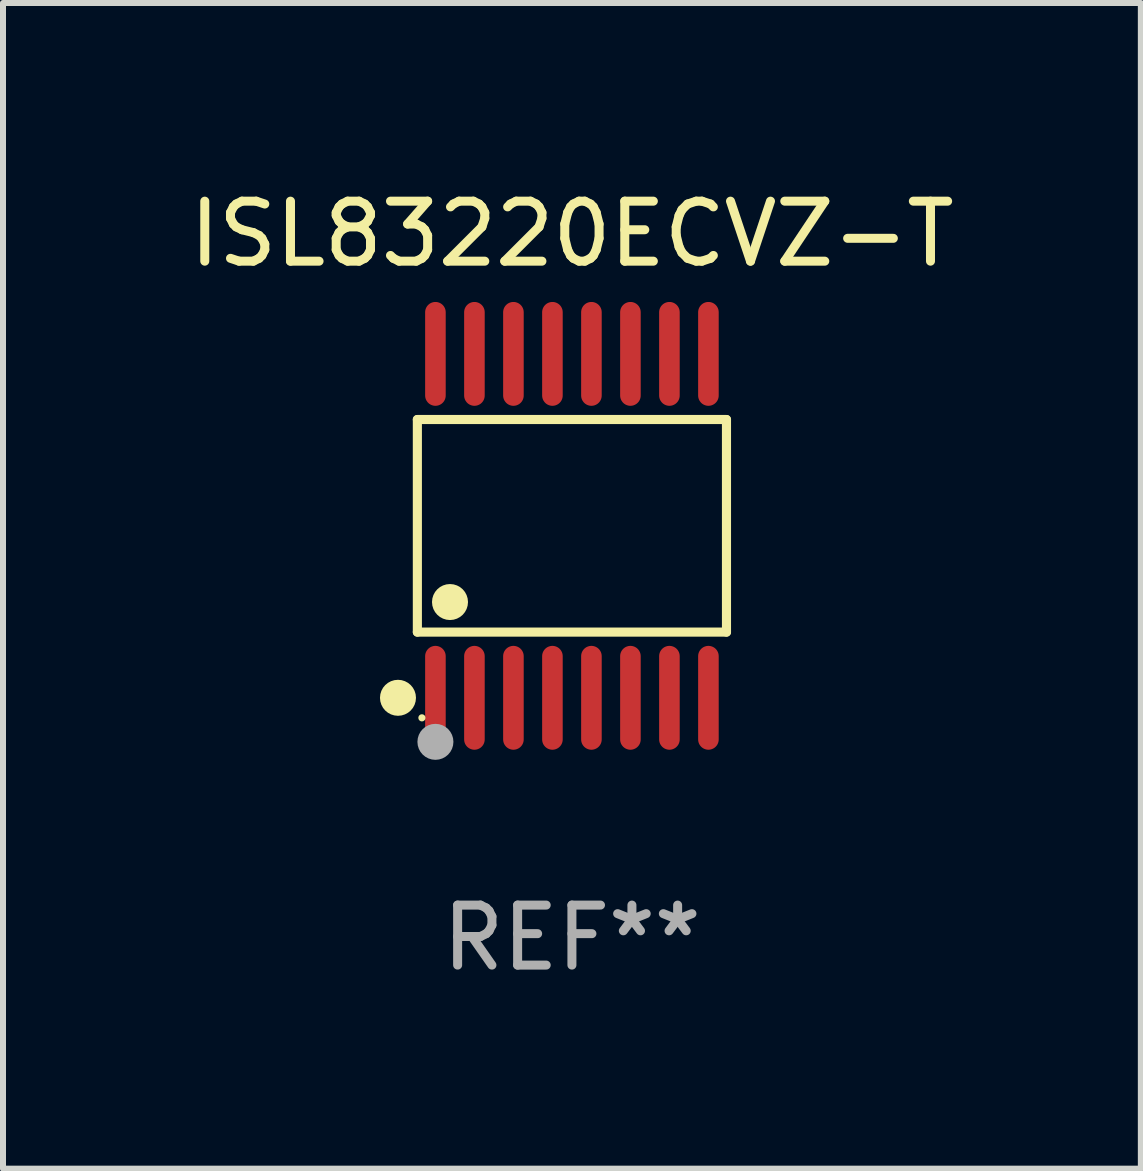
<source format=kicad_pcb>
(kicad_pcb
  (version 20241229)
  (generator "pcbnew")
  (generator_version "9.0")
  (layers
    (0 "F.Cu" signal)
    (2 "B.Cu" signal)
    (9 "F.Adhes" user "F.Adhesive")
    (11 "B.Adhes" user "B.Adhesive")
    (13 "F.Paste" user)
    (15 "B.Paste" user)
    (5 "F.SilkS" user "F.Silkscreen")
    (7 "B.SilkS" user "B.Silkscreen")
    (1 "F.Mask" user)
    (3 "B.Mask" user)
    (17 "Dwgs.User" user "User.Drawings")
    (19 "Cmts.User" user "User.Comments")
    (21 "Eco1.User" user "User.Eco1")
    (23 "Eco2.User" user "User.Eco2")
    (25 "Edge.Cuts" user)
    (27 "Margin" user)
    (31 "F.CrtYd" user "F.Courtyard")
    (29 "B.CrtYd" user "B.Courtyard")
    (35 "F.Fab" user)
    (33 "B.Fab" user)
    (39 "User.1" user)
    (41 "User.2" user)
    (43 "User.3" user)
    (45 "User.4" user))
  (footprint "ISL83220ECVZ-T"
    (layer "F.Cu")
    (at 6.482 5.714)
    (property "Reference" "ISL83220ECVZ-T" (at 0 -4.866 0) (layer "F.SilkS") (effects (font (size 1 1) (thickness 0.15))))
    (attr through_hole)
    (fp_line (start -2.576 -1.772) (end 2.576 -1.772) (stroke (width 0.152) (type solid)) (layer "F.SilkS"))
    (fp_line (start -2.576 1.771) (end -2.576 -1.772) (stroke (width 0.152) (type solid)) (layer "F.SilkS"))
    (fp_line (start 2.576 -1.772) (end 2.576 1.771) (stroke (width 0.152) (type solid)) (layer "F.SilkS"))
    (fp_line (start 2.576 1.771) (end -2.576 1.771) (stroke (width 0.152) (type solid)) (layer "F.SilkS"))
    (fp_circle (center -2.899 2.866) (end -2.749 2.866) (stroke (width 0.3) (type solid)) (fill no) (layer "F.SilkS"))
    (fp_circle (center -2.5 3.2) (end -2.47 3.2) (stroke (width 0.06) (type solid)) (fill no) (layer "F.SilkS"))
    (fp_circle (center -2.032 1.27) (end -1.882 1.27) (stroke (width 0.3) (type solid)) (fill no) (layer "F.SilkS"))
    (fp_circle (center -2.275 3.6) (end -2.125 3.6) (stroke (width 0.3) (type solid)) (fill no) (layer "F.Fab"))
    (fp_text user "REF**" (at 0 6.866 0) (layer "F.Fab") (effects (font (size 1 1) (thickness 0.15))))
    (pad "1" smd oval (at -2.275 2.866) (size 0.343 1.731) (layers "F.Cu" "F.Mask" "F.Paste"))
    (pad "2" smd oval (at -1.625 2.866) (size 0.343 1.731) (layers "F.Cu" "F.Mask" "F.Paste"))
    (pad "3" smd oval (at -0.975 2.866) (size 0.343 1.731) (layers "F.Cu" "F.Mask" "F.Paste"))
    (pad "4" smd oval (at -0.325 2.866) (size 0.343 1.731) (layers "F.Cu" "F.Mask" "F.Paste"))
    (pad "5" smd oval (at 0.325 2.866) (size 0.343 1.731) (layers "F.Cu" "F.Mask" "F.Paste"))
    (pad "6" smd oval (at 0.975 2.866) (size 0.343 1.731) (layers "F.Cu" "F.Mask" "F.Paste"))
    (pad "7" smd oval (at 1.625 2.866) (size 0.343 1.731) (layers "F.Cu" "F.Mask" "F.Paste"))
    (pad "8" smd oval (at 2.275 2.866) (size 0.343 1.731) (layers "F.Cu" "F.Mask" "F.Paste"))
    (pad "9" smd oval (at 2.275 -2.866) (size 0.343 1.731) (layers "F.Cu" "F.Mask" "F.Paste"))
    (pad "10" smd oval (at 1.625 -2.866) (size 0.343 1.731) (layers "F.Cu" "F.Mask" "F.Paste"))
    (pad "11" smd oval (at 0.975 -2.866) (size 0.343 1.731) (layers "F.Cu" "F.Mask" "F.Paste"))
    (pad "12" smd oval (at 0.325 -2.866) (size 0.343 1.731) (layers "F.Cu" "F.Mask" "F.Paste"))
    (pad "13" smd oval (at -0.325 -2.866) (size 0.343 1.731) (layers "F.Cu" "F.Mask" "F.Paste"))
    (pad "14" smd oval (at -0.975 -2.866) (size 0.343 1.731) (layers "F.Cu" "F.Mask" "F.Paste"))
    (pad "15" smd oval (at -1.625 -2.866) (size 0.343 1.731) (layers "F.Cu" "F.Mask" "F.Paste"))
    (pad "16" smd oval (at -2.275 -2.866) (size 0.343 1.731) (layers "F.Cu" "F.Mask" "F.Paste")))
  (gr_rect
    (start -3 -3)
    (end 15.964 16.428)
    (stroke (width 0.1) (type default))
    (fill no)
    (layer "Edge.Cuts")))
</source>
